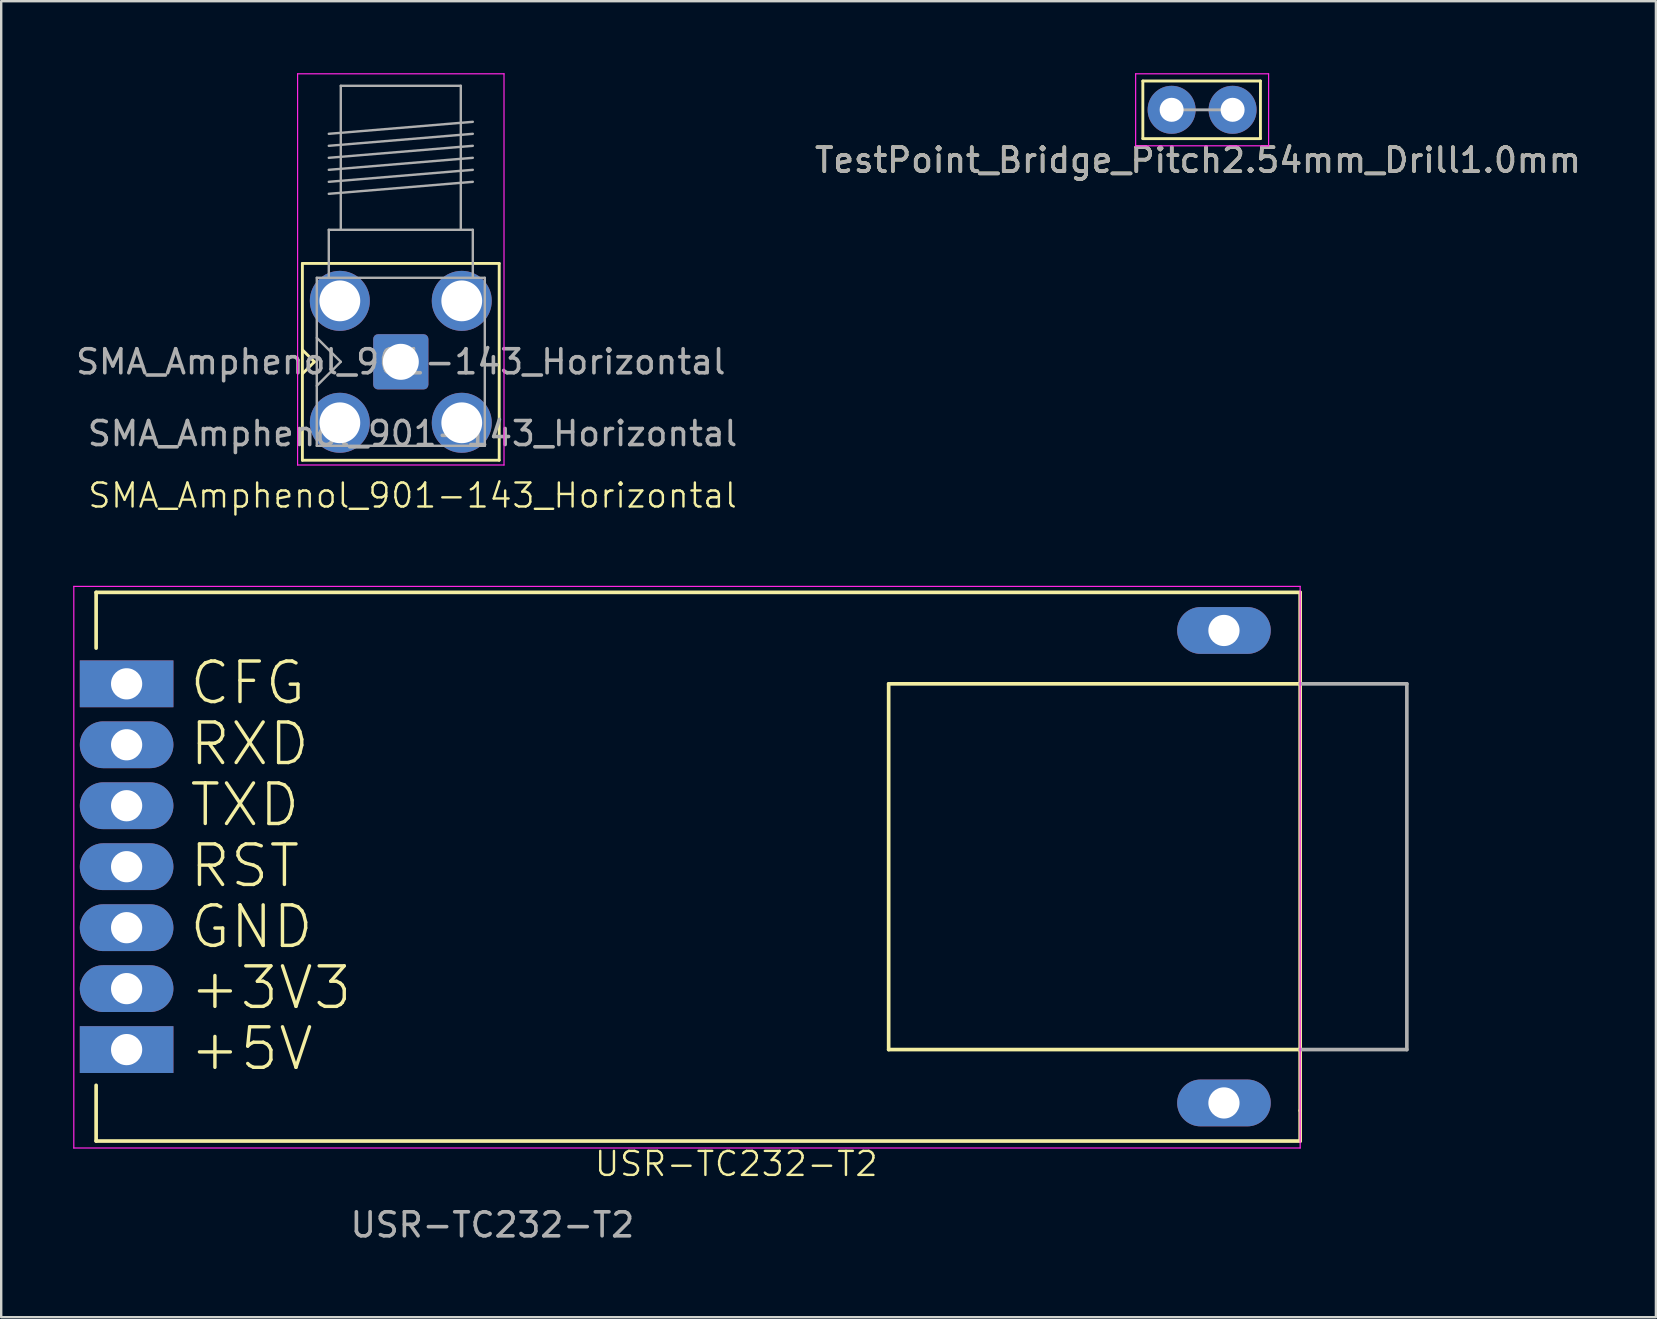
<source format=kicad_pcb>
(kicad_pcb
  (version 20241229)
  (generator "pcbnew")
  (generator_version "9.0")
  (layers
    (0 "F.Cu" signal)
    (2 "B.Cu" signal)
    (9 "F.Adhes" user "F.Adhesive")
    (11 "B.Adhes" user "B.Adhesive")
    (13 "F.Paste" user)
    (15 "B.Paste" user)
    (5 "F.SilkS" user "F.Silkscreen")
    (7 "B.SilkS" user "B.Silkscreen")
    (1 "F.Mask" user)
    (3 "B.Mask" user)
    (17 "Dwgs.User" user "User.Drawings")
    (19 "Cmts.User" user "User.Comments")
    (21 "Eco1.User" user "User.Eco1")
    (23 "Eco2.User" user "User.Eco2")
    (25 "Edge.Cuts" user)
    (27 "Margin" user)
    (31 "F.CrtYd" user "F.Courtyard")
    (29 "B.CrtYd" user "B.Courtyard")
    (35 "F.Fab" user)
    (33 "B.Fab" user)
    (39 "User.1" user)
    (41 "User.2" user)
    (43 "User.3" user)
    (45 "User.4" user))
  (footprint "TestPoint_Bridge_Pitch2.54mm_Drill1.0mm"
    (layer "F.Cu")
    (at 45.765 1.525)
    (property "Reference" "TestPoint_Bridge_Pitch2.54mm_Drill1.0mm" (at 1.1 2.1 0) (layer "F.SilkS") (effects (font (size 1 1) (thickness 0.15))))
    (attr through_hole)
    (fp_line (start -1.2 -1.2) (end -1.2 1.2) (stroke (width 0.12) (type solid)) (layer "F.SilkS"))
    (fp_line (start -1.2 1.2) (end 3.7 1.2) (stroke (width 0.12) (type solid)) (layer "F.SilkS"))
    (fp_line (start 3.7 -1.2) (end -1.2 -1.2) (stroke (width 0.12) (type solid)) (layer "F.SilkS"))
    (fp_line (start 3.7 1.2) (end 3.7 -1.2) (stroke (width 0.12) (type solid)) (layer "F.SilkS"))
    (fp_line (start -1.5 -1.5) (end -1.5 1.5) (stroke (width 0.05) (type solid)) (layer "F.CrtYd"))
    (fp_line (start -1.5 -1.5) (end 4.04 -1.5) (stroke (width 0.05) (type solid)) (layer "F.CrtYd"))
    (fp_line (start 4.04 1.5) (end -1.5 1.5) (stroke (width 0.05) (type solid)) (layer "F.CrtYd"))
    (fp_line (start 4.04 1.5) (end 4.04 -1.5) (stroke (width 0.05) (type solid)) (layer "F.CrtYd"))
    (fp_line (start 2.54 0) (end 0 0) (stroke (width 0.12) (type solid)) (layer "F.Fab"))
    (fp_text user "${REFERENCE}" (at 1.1 2.1 0) (layer "F.Fab") (effects (font (size 1 1) (thickness 0.15))))
    (pad "1" thru_hole circle (at 0 0) (size 2 2) (drill 1) (layers "*.Cu" "*.Mask"))
    (pad "1" thru_hole circle (at 2.54 0) (size 2 2) (drill 1) (layers "*.Cu" "*.Mask")))
  (footprint "USR-TC232-T2"
    (layer "F.Cu")
    (at 25.085 35.283)
    (property "Reference" "USR-TC232-T2" (at 2.54 10.16 0) (unlocked yes) (layer "F.SilkS") (effects (font (size 1 1) (thickness 0.1))))
    (attr smd)
    (fp_line (start -24.13 -13.652) (end -24.13 -11.33) (stroke (width 0.152) (type solid)) (layer "F.SilkS"))
    (fp_line (start -24.13 6.885) (end -24.13 9.207) (stroke (width 0.152) (type solid)) (layer "F.SilkS"))
    (fp_line (start -24.13 9.207) (end 26.035 9.207) (stroke (width 0.152) (type solid)) (layer "F.SilkS"))
    (fp_line (start 8.89 -9.842) (end 8.89 5.397) (stroke (width 0.152) (type solid)) (layer "F.SilkS"))
    (fp_line (start 8.89 5.397) (end 26.035 5.397) (stroke (width 0.152) (type solid)) (layer "F.SilkS"))
    (fp_line (start 26.03 -9.842) (end 8.89 -9.842) (stroke (width 0.152) (type solid)) (layer "F.SilkS"))
    (fp_line (start 26.035 -13.652) (end -24.13 -13.652) (stroke (width 0.152) (type solid)) (layer "F.SilkS"))
    (fp_line (start 26.035 5.397) (end 26.035 -13.652) (stroke (width 0.152) (type solid)) (layer "F.SilkS"))
    (fp_line (start 26.035 7.938) (end 26.035 5.397) (stroke (width 0.152) (type solid)) (layer "F.SilkS"))
    (fp_line (start 26.035 9.207) (end 26.035 7.938) (stroke (width 0.152) (type solid)) (layer "F.SilkS"))
    (fp_line (start -25.06 -13.902) (end -25.06 9.498) (stroke (width 0.05) (type solid)) (layer "F.CrtYd"))
    (fp_line (start -25.06 9.498) (end 26.035 9.498) (stroke (width 0.05) (type solid)) (layer "F.CrtYd"))
    (fp_line (start 26.035 -13.902) (end -25.06 -13.902) (stroke (width 0.05) (type solid)) (layer "F.CrtYd"))
    (fp_line (start 26.035 9.498) (end 26.035 -13.902) (stroke (width 0.05) (type default)) (layer "F.CrtYd"))
    (fp_line (start 26.035 -9.842) (end 30.48 -9.842) (stroke (width 0.152) (type solid)) (layer "F.Fab"))
    (fp_line (start 26.035 5.397) (end 30.48 5.397) (stroke (width 0.152) (type solid)) (layer "F.Fab"))
    (fp_line (start 30.48 5.397) (end 30.48 -9.842) (stroke (width 0.152) (type solid)) (layer "F.Fab"))
    (fp_text user "+5V" (at -20.32 6.35 0) (layer "F.SilkS") (effects (font (size 1.689 1.689) (thickness 0.142)) (justify left bottom)))
    (fp_text user "TXD" (at -20.32 -3.81 0) (layer "F.SilkS") (effects (font (size 1.689 1.689) (thickness 0.142)) (justify left bottom)))
    (fp_text user "CFG" (at -20.32 -8.89 0) (layer "F.SilkS") (effects (font (size 1.689 1.689) (thickness 0.142)) (justify left bottom)))
    (fp_text user "+3V3" (at -20.32 3.81 0) (layer "F.SilkS") (effects (font (size 1.689 1.689) (thickness 0.142)) (justify left bottom)))
    (fp_text user "RST" (at -20.32 -1.27 0) (layer "F.SilkS") (effects (font (size 1.689 1.689) (thickness 0.142)) (justify left bottom)))
    (fp_text user "RXD" (at -20.32 -6.35 0) (layer "F.SilkS") (effects (font (size 1.689 1.689) (thickness 0.142)) (justify left bottom)))
    (fp_text user "GND" (at -20.32 1.27 0) (layer "F.SilkS") (effects (font (size 1.689 1.689) (thickness 0.142)) (justify left bottom)))
    (fp_text user "${REFERENCE}" (at -7.62 12.7 0) (unlocked yes) (layer "F.Fab") (effects (font (size 1 1) (thickness 0.15))))
    (pad "1" thru_hole rect (at -22.86 5.397 180) (size 3.9 1.95) (drill 1.3) (layers "*.Cu" "*.Mask"))
    (pad "2" thru_hole oval (at -22.86 2.857 180) (size 3.9 1.95) (drill 1.3) (layers "*.Cu" "*.Mask"))
    (pad "3" thru_hole oval (at -22.86 0.318 180) (size 3.9 1.95) (drill 1.3) (layers "*.Cu" "*.Mask"))
    (pad "4" thru_hole oval (at -22.86 -2.223 180) (size 3.9 1.95) (drill 1.3) (layers "*.Cu" "*.Mask"))
    (pad "5" thru_hole oval (at -22.86 -4.763 180) (size 3.9 1.95) (drill 1.3) (layers "*.Cu" "*.Mask"))
    (pad "6" thru_hole oval (at -22.86 -7.303 180) (size 3.9 1.95) (drill 1.3) (layers "*.Cu" "*.Mask"))
    (pad "7" thru_hole rect (at -22.86 -9.842 180) (size 3.9 1.95) (drill 1.3) (layers "*.Cu" "*.Mask"))
    (pad "P$1" thru_hole oval (at 22.86 -12.065 180) (size 3.9 1.95) (drill 1.3) (layers "*.Cu" "*.Mask"))
    (pad "P$2" thru_hole oval (at 22.86 7.62 180) (size 3.9 1.95) (drill 1.3) (layers "*.Cu" "*.Mask")))
  (footprint "SMA_Amphenol_901-143_Horizontal"
    (layer "F.Cu")
    (at 14.139 12.515)
    (property "Reference" "SMA_Amphenol_901-143_Horizontal" (at 0 5.08 0) (unlocked yes) (layer "F.SilkS") (effects (font (size 1 1) (thickness 0.1))))
    (attr smd)
    (fp_line (start -4.59 -4.59) (end -4.59 3.61) (stroke (width 0.12) (type solid)) (layer "F.SilkS"))
    (fp_line (start -4.59 -4.59) (end 3.61 -4.59) (stroke (width 0.12) (type solid)) (layer "F.SilkS"))
    (fp_line (start -4.59 0.01) (end -4.09 -0.49) (stroke (width 0.12) (type solid)) (layer "F.SilkS"))
    (fp_line (start -4.59 3.61) (end 3.61 3.61) (stroke (width 0.12) (type solid)) (layer "F.SilkS"))
    (fp_line (start -4.09 -0.49) (end -4.59 -0.99) (stroke (width 0.12) (type solid)) (layer "F.SilkS"))
    (fp_line (start 3.61 -4.59) (end 3.61 3.61) (stroke (width 0.12) (type solid)) (layer "F.SilkS"))
    (fp_line (start -4.79 -12.49) (end -4.79 3.81) (stroke (width 0.05) (type solid)) (layer "F.CrtYd"))
    (fp_line (start -4.79 -12.49) (end 3.81 -12.49) (stroke (width 0.05) (type solid)) (layer "F.CrtYd"))
    (fp_line (start 3.81 3.81) (end -4.79 3.81) (stroke (width 0.05) (type solid)) (layer "F.CrtYd"))
    (fp_line (start 3.81 3.81) (end 3.81 -12.49) (stroke (width 0.05) (type solid)) (layer "F.CrtYd"))
    (fp_line (start -3.99 -3.99) (end -3.99 3.01) (stroke (width 0.1) (type solid)) (layer "F.Fab"))
    (fp_line (start -3.99 -3.99) (end 3.01 -3.99) (stroke (width 0.1) (type solid)) (layer "F.Fab"))
    (fp_line (start -3.99 -1.49) (end -2.99 -0.49) (stroke (width 0.1) (type solid)) (layer "F.Fab"))
    (fp_line (start -3.99 3.01) (end 3.01 3.01) (stroke (width 0.1) (type solid)) (layer "F.Fab"))
    (fp_line (start -3.49 -9.99) (end 2.51 -10.49) (stroke (width 0.1) (type solid)) (layer "F.Fab"))
    (fp_line (start -3.49 -9.49) (end 2.51 -9.99) (stroke (width 0.1) (type solid)) (layer "F.Fab"))
    (fp_line (start -3.49 -8.99) (end 2.51 -9.49) (stroke (width 0.1) (type solid)) (layer "F.Fab"))
    (fp_line (start -3.49 -8.49) (end 2.51 -8.99) (stroke (width 0.1) (type solid)) (layer "F.Fab"))
    (fp_line (start -3.49 -7.99) (end 2.51 -8.49) (stroke (width 0.1) (type solid)) (layer "F.Fab"))
    (fp_line (start -3.49 -7.49) (end 2.51 -7.99) (stroke (width 0.1) (type solid)) (layer "F.Fab"))
    (fp_line (start -3.49 -5.99) (end -3.49 -3.99) (stroke (width 0.1) (type solid)) (layer "F.Fab"))
    (fp_line (start -2.99 -11.99) (end -2.99 -5.99) (stroke (width 0.1) (type solid)) (layer "F.Fab"))
    (fp_line (start -2.99 -11.99) (end 2.01 -11.99) (stroke (width 0.1) (type solid)) (layer "F.Fab"))
    (fp_line (start -2.99 -0.49) (end -3.99 0.51) (stroke (width 0.1) (type solid)) (layer "F.Fab"))
    (fp_line (start 2.01 -11.99) (end 2.01 -5.99) (stroke (width 0.1) (type solid)) (layer "F.Fab"))
    (fp_line (start 2.51 -5.99) (end -3.49 -5.99) (stroke (width 0.1) (type solid)) (layer "F.Fab"))
    (fp_line (start 2.51 -5.99) (end 2.51 -3.99) (stroke (width 0.1) (type solid)) (layer "F.Fab"))
    (fp_line (start 3.01 -3.99) (end 3.01 3.01) (stroke (width 0.1) (type solid)) (layer "F.Fab"))
    (fp_text user "${REFERENCE}" (at -0.49 -0.49 0) (layer "F.Fab") (effects (font (size 1 1) (thickness 0.15))))
    (fp_text user "${REFERENCE}" (at 0 2.5 0) (unlocked yes) (layer "F.Fab") (effects (font (size 1 1) (thickness 0.15))))
    (pad "1" thru_hole roundrect (at -0.49 -0.49) (size 2.3 2.3) (drill 1.5) (layers "*.Cu" "*.Mask") (remove_unused_layers yes) (keep_end_layers yes) (zone_layer_connections) (roundrect_rratio 0.087))
    (pad "2" thru_hole circle (at -3.03 -3.03) (size 2.5 2.5) (drill 1.7) (layers "*.Cu" "*.Mask") (remove_unused_layers yes) (keep_end_layers yes) (zone_layer_connections))
    (pad "2" thru_hole circle (at -3.03 2.05) (size 2.5 2.5) (drill 1.7) (layers "*.Cu" "*.Mask") (remove_unused_layers yes) (keep_end_layers yes) (zone_layer_connections))
    (pad "2" thru_hole circle (at 2.05 -3.03) (size 2.5 2.5) (drill 1.7) (layers "*.Cu" "*.Mask") (remove_unused_layers yes) (keep_end_layers yes) (zone_layer_connections))
    (pad "2" thru_hole circle (at 2.05 2.05) (size 2.5 2.5) (drill 1.7) (layers "*.Cu" "*.Mask") (remove_unused_layers yes) (keep_end_layers yes) (zone_layer_connections)))
  (gr_rect
    (start -3 -3)
    (end 65.942 51.831)
    (stroke (width 0.1) (type default))
    (fill no)
    (layer "Edge.Cuts")))
</source>
